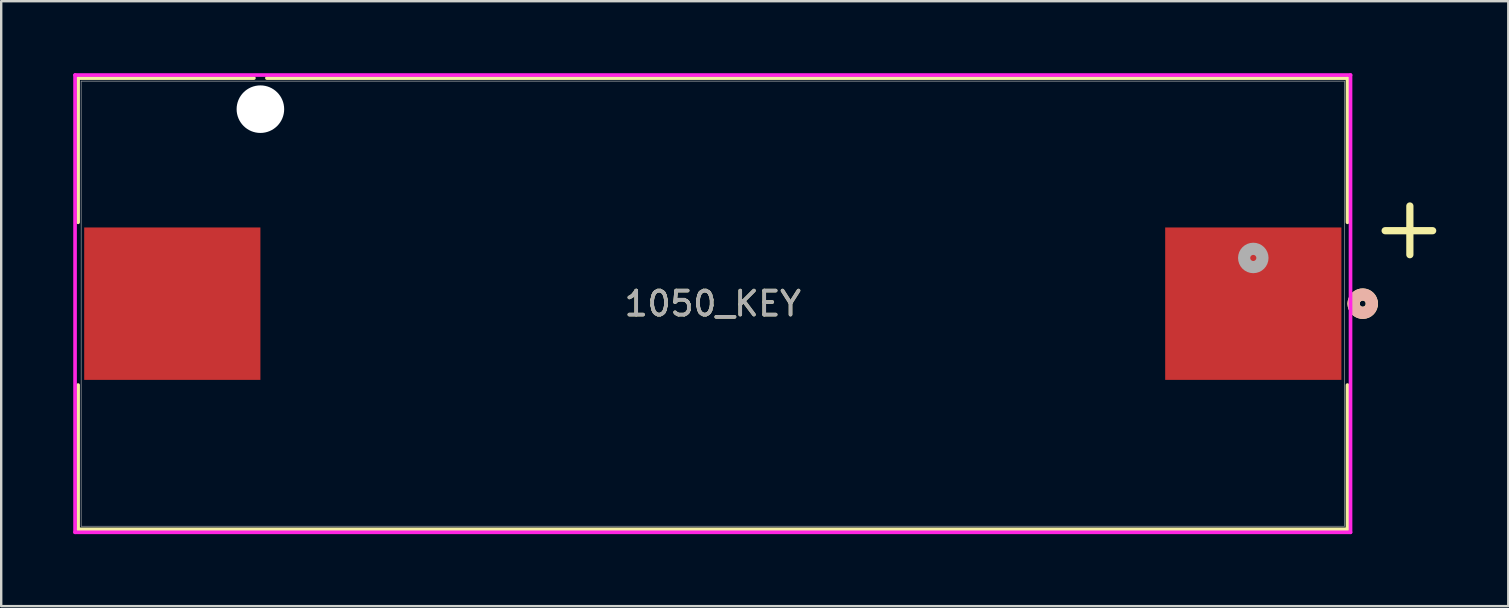
<source format=kicad_pcb>
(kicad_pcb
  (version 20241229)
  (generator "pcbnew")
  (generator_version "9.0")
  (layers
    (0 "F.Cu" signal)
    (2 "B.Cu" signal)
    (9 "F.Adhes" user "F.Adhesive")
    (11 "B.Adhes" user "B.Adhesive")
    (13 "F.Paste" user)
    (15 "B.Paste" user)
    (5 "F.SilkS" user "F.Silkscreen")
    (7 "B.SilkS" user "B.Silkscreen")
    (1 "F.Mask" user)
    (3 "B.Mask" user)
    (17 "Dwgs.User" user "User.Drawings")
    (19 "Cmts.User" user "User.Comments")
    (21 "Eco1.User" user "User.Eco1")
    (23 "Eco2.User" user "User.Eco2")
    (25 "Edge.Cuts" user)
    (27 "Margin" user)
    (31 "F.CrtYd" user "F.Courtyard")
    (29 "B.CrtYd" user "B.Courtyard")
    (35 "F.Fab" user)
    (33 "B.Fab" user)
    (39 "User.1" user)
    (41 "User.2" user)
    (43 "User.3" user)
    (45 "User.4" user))
  (footprint "1050_KEY"
    (layer "F.Cu")
    (at 26.645 9.601)
    (property "Reference" "1050_KEY" (at 0 0 0) (unlocked yes) (layer "F.SilkS") (effects (font (size 1 1) (thickness 0.15))))
    (attr smd)
    (fp_line (start -26.441 -9.398) (end -26.441 -3.39) (stroke (width 0.152) (type solid)) (layer "F.SilkS"))
    (fp_line (start -26.441 3.39) (end -26.441 9.398) (stroke (width 0.152) (type solid)) (layer "F.SilkS"))
    (fp_line (start -26.441 9.398) (end 26.441 9.398) (stroke (width 0.152) (type solid)) (layer "F.SilkS"))
    (fp_line (start -19.117 -9.398) (end -26.441 -9.398) (stroke (width 0.152) (type solid)) (layer "F.SilkS"))
    (fp_line (start 26.441 -9.398) (end -18.576 -9.398) (stroke (width 0.152) (type solid)) (layer "F.SilkS"))
    (fp_line (start 26.441 -3.39) (end 26.441 -9.398) (stroke (width 0.152) (type solid)) (layer "F.SilkS"))
    (fp_line (start 26.441 9.398) (end 26.441 3.39) (stroke (width 0.152) (type solid)) (layer "F.SilkS"))
    (fp_line (start 28.01 -3.04) (end 29.99 -3.04) (stroke (width 0.3) (type default)) (layer "F.SilkS"))
    (fp_line (start 29.04 -4.07) (end 29.04 -2.04) (stroke (width 0.3) (type default)) (layer "F.SilkS"))
    (fp_arc (start 26.69794 -0.043921) (mid 27.098397 -0.380364) (end 27.4574 0) (stroke (width 0.508) (type solid)) (layer "F.SilkS"))
    (fp_arc (start 27.4574 0.000001) (mid 27.098397 0.380364) (end 26.69794 0.043921) (stroke (width 0.508) (type solid)) (layer "F.SilkS"))
    (fp_circle (center 27.076 0) (end 27.457 0) (stroke (width 0.508) (type solid)) (fill no) (layer "B.SilkS"))
    (fp_line (start -26.568 -9.525) (end -26.568 9.525) (stroke (width 0.152) (type solid)) (layer "F.CrtYd"))
    (fp_line (start -26.568 9.525) (end 26.568 9.525) (stroke (width 0.152) (type solid)) (layer "F.CrtYd"))
    (fp_line (start 26.568 -9.525) (end -26.568 -9.525) (stroke (width 0.152) (type solid)) (layer "F.CrtYd"))
    (fp_line (start 26.568 9.525) (end 26.568 -9.525) (stroke (width 0.152) (type solid)) (layer "F.CrtYd"))
    (fp_line (start -26.314 -9.271) (end -26.314 9.271) (stroke (width 0.025) (type solid)) (layer "F.Fab"))
    (fp_line (start -26.314 9.271) (end 26.314 9.271) (stroke (width 0.025) (type solid)) (layer "F.Fab"))
    (fp_line (start 26.314 -9.271) (end -26.314 -9.271) (stroke (width 0.025) (type solid)) (layer "F.Fab"))
    (fp_line (start 26.314 9.271) (end 26.314 -9.271) (stroke (width 0.025) (type solid)) (layer "F.Fab"))
    (fp_circle (center 22.517 -1.905) (end 22.898 -1.905) (stroke (width 0.508) (type solid)) (fill no) (layer "F.Fab"))
    (fp_text user "${REFERENCE}" (at 0 0 0) (unlocked yes) (layer "F.Fab") (effects (font (size 1 1) (thickness 0.15))))
    (pad "" np_thru_hole circle (at -18.847 -8.103 90) (size 1.981 1.981) (drill 1.981) (layers "*.Cu" "*.Mask"))
    (pad "1" smd rect (at 22.517 0) (size 7.341 6.35) (layers "F.Cu" "F.Mask" "F.Paste"))
    (pad "2" smd rect (at -22.517 0) (size 7.341 6.35) (layers "F.Cu" "F.Mask" "F.Paste")))
  (gr_rect
    (start -3 -3)
    (end 59.785 22.202)
    (stroke (width 0.1) (type default))
    (fill no)
    (layer "Edge.Cuts")))
</source>
